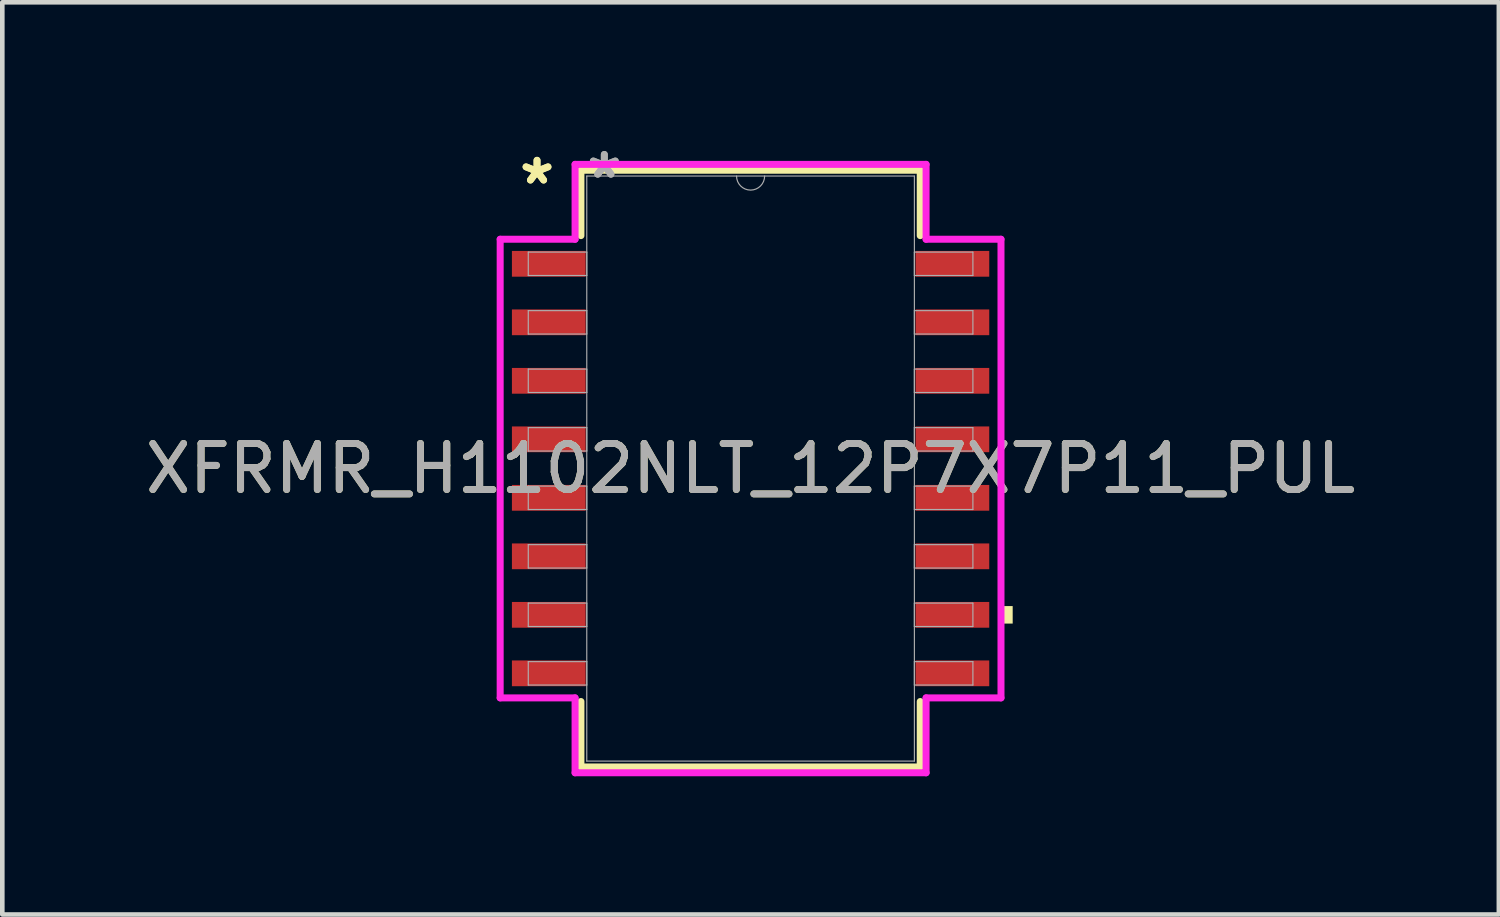
<source format=kicad_pcb>
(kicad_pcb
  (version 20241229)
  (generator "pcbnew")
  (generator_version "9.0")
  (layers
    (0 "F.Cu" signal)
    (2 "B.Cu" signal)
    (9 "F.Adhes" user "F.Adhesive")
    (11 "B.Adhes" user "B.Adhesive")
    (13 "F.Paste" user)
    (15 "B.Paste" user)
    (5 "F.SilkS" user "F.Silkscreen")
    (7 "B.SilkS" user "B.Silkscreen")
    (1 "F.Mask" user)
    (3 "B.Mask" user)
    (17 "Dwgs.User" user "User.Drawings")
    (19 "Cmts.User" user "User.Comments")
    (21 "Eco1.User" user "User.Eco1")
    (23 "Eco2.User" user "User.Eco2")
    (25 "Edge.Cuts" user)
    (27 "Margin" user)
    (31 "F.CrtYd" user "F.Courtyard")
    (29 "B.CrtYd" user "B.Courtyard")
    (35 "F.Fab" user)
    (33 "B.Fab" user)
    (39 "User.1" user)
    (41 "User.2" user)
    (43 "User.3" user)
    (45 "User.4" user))
  (footprint "XFRMR_H1102NLT_12P7X7P11_PUL"
    (layer "F.Cu")
    (at 13.244 7.122)
    (property "Reference" "XFRMR_H1102NLT_12P7X7P11_PUL" (at 0 0 0) (unlocked yes) (layer "F.SilkS") (effects (font (size 1 1) (thickness 0.15))))
    (attr smd)
    (fp_line (start -3.683 -6.477) (end -3.683 -5.057) (stroke (width 0.152) (type solid)) (layer "F.SilkS"))
    (fp_line (start -3.683 5.057) (end -3.683 6.477) (stroke (width 0.152) (type solid)) (layer "F.SilkS"))
    (fp_line (start -3.683 6.477) (end 3.683 6.477) (stroke (width 0.152) (type solid)) (layer "F.SilkS"))
    (fp_line (start 3.683 -6.477) (end -3.683 -6.477) (stroke (width 0.152) (type solid)) (layer "F.SilkS"))
    (fp_line (start 3.683 -5.057) (end 3.683 -6.477) (stroke (width 0.152) (type solid)) (layer "F.SilkS"))
    (fp_line (start 3.683 6.477) (end 3.683 5.057) (stroke (width 0.152) (type solid)) (layer "F.SilkS"))
    (fp_poly (pts (xy 5.69 2.985) (xy 5.69 3.365) (xy 5.436 3.365) (xy 5.436 2.985)) (stroke (width 0) (type solid)) (fill yes) (layer "F.SilkS"))
    (fp_line (start -5.436 -4.978) (end -3.81 -4.978) (stroke (width 0.152) (type solid)) (layer "F.CrtYd"))
    (fp_line (start -5.436 4.978) (end -5.436 -4.978) (stroke (width 0.152) (type solid)) (layer "F.CrtYd"))
    (fp_line (start -5.436 4.978) (end -3.81 4.978) (stroke (width 0.152) (type solid)) (layer "F.CrtYd"))
    (fp_line (start -3.81 -6.604) (end 3.81 -6.604) (stroke (width 0.152) (type solid)) (layer "F.CrtYd"))
    (fp_line (start -3.81 -4.978) (end -3.81 -6.604) (stroke (width 0.152) (type solid)) (layer "F.CrtYd"))
    (fp_line (start -3.81 6.604) (end -3.81 4.978) (stroke (width 0.152) (type solid)) (layer "F.CrtYd"))
    (fp_line (start 3.81 -6.604) (end 3.81 -4.978) (stroke (width 0.152) (type solid)) (layer "F.CrtYd"))
    (fp_line (start 3.81 4.978) (end 3.81 6.604) (stroke (width 0.152) (type solid)) (layer "F.CrtYd"))
    (fp_line (start 3.81 6.604) (end -3.81 6.604) (stroke (width 0.152) (type solid)) (layer "F.CrtYd"))
    (fp_line (start 5.436 -4.978) (end 3.81 -4.978) (stroke (width 0.152) (type solid)) (layer "F.CrtYd"))
    (fp_line (start 5.436 -4.978) (end 5.436 4.978) (stroke (width 0.152) (type solid)) (layer "F.CrtYd"))
    (fp_line (start 5.436 4.978) (end 3.81 4.978) (stroke (width 0.152) (type solid)) (layer "F.CrtYd"))
    (fp_line (start -4.826 -4.699) (end -4.826 -4.191) (stroke (width 0.025) (type solid)) (layer "F.Fab"))
    (fp_line (start -4.826 -4.191) (end -3.556 -4.191) (stroke (width 0.025) (type solid)) (layer "F.Fab"))
    (fp_line (start -4.826 -3.429) (end -4.826 -2.921) (stroke (width 0.025) (type solid)) (layer "F.Fab"))
    (fp_line (start -4.826 -2.921) (end -3.556 -2.921) (stroke (width 0.025) (type solid)) (layer "F.Fab"))
    (fp_line (start -4.826 -2.159) (end -4.826 -1.651) (stroke (width 0.025) (type solid)) (layer "F.Fab"))
    (fp_line (start -4.826 -1.651) (end -3.556 -1.651) (stroke (width 0.025) (type solid)) (layer "F.Fab"))
    (fp_line (start -4.826 -0.889) (end -4.826 -0.381) (stroke (width 0.025) (type solid)) (layer "F.Fab"))
    (fp_line (start -4.826 -0.381) (end -3.556 -0.381) (stroke (width 0.025) (type solid)) (layer "F.Fab"))
    (fp_line (start -4.826 0.381) (end -4.826 0.889) (stroke (width 0.025) (type solid)) (layer "F.Fab"))
    (fp_line (start -4.826 0.889) (end -3.556 0.889) (stroke (width 0.025) (type solid)) (layer "F.Fab"))
    (fp_line (start -4.826 1.651) (end -4.826 2.159) (stroke (width 0.025) (type solid)) (layer "F.Fab"))
    (fp_line (start -4.826 2.159) (end -3.556 2.159) (stroke (width 0.025) (type solid)) (layer "F.Fab"))
    (fp_line (start -4.826 2.921) (end -4.826 3.429) (stroke (width 0.025) (type solid)) (layer "F.Fab"))
    (fp_line (start -4.826 3.429) (end -3.556 3.429) (stroke (width 0.025) (type solid)) (layer "F.Fab"))
    (fp_line (start -4.826 4.191) (end -4.826 4.699) (stroke (width 0.025) (type solid)) (layer "F.Fab"))
    (fp_line (start -4.826 4.699) (end -3.556 4.699) (stroke (width 0.025) (type solid)) (layer "F.Fab"))
    (fp_line (start -3.556 -6.35) (end -3.556 6.35) (stroke (width 0.025) (type solid)) (layer "F.Fab"))
    (fp_line (start -3.556 -4.699) (end -4.826 -4.699) (stroke (width 0.025) (type solid)) (layer "F.Fab"))
    (fp_line (start -3.556 -4.191) (end -3.556 -4.699) (stroke (width 0.025) (type solid)) (layer "F.Fab"))
    (fp_line (start -3.556 -3.429) (end -4.826 -3.429) (stroke (width 0.025) (type solid)) (layer "F.Fab"))
    (fp_line (start -3.556 -2.921) (end -3.556 -3.429) (stroke (width 0.025) (type solid)) (layer "F.Fab"))
    (fp_line (start -3.556 -2.159) (end -4.826 -2.159) (stroke (width 0.025) (type solid)) (layer "F.Fab"))
    (fp_line (start -3.556 -1.651) (end -3.556 -2.159) (stroke (width 0.025) (type solid)) (layer "F.Fab"))
    (fp_line (start -3.556 -0.889) (end -4.826 -0.889) (stroke (width 0.025) (type solid)) (layer "F.Fab"))
    (fp_line (start -3.556 -0.381) (end -3.556 -0.889) (stroke (width 0.025) (type solid)) (layer "F.Fab"))
    (fp_line (start -3.556 0.381) (end -4.826 0.381) (stroke (width 0.025) (type solid)) (layer "F.Fab"))
    (fp_line (start -3.556 0.889) (end -3.556 0.381) (stroke (width 0.025) (type solid)) (layer "F.Fab"))
    (fp_line (start -3.556 1.651) (end -4.826 1.651) (stroke (width 0.025) (type solid)) (layer "F.Fab"))
    (fp_line (start -3.556 2.159) (end -3.556 1.651) (stroke (width 0.025) (type solid)) (layer "F.Fab"))
    (fp_line (start -3.556 2.921) (end -4.826 2.921) (stroke (width 0.025) (type solid)) (layer "F.Fab"))
    (fp_line (start -3.556 3.429) (end -3.556 2.921) (stroke (width 0.025) (type solid)) (layer "F.Fab"))
    (fp_line (start -3.556 4.191) (end -4.826 4.191) (stroke (width 0.025) (type solid)) (layer "F.Fab"))
    (fp_line (start -3.556 4.699) (end -3.556 4.191) (stroke (width 0.025) (type solid)) (layer "F.Fab"))
    (fp_line (start -3.556 6.35) (end 3.556 6.35) (stroke (width 0.025) (type solid)) (layer "F.Fab"))
    (fp_line (start 3.556 -6.35) (end -3.556 -6.35) (stroke (width 0.025) (type solid)) (layer "F.Fab"))
    (fp_line (start 3.556 -4.699) (end 3.556 -4.191) (stroke (width 0.025) (type solid)) (layer "F.Fab"))
    (fp_line (start 3.556 -4.191) (end 4.826 -4.191) (stroke (width 0.025) (type solid)) (layer "F.Fab"))
    (fp_line (start 3.556 -3.429) (end 3.556 -2.921) (stroke (width 0.025) (type solid)) (layer "F.Fab"))
    (fp_line (start 3.556 -2.921) (end 4.826 -2.921) (stroke (width 0.025) (type solid)) (layer "F.Fab"))
    (fp_line (start 3.556 -2.159) (end 3.556 -1.651) (stroke (width 0.025) (type solid)) (layer "F.Fab"))
    (fp_line (start 3.556 -1.651) (end 4.826 -1.651) (stroke (width 0.025) (type solid)) (layer "F.Fab"))
    (fp_line (start 3.556 -0.889) (end 3.556 -0.381) (stroke (width 0.025) (type solid)) (layer "F.Fab"))
    (fp_line (start 3.556 -0.381) (end 4.826 -0.381) (stroke (width 0.025) (type solid)) (layer "F.Fab"))
    (fp_line (start 3.556 0.381) (end 3.556 0.889) (stroke (width 0.025) (type solid)) (layer "F.Fab"))
    (fp_line (start 3.556 0.889) (end 4.826 0.889) (stroke (width 0.025) (type solid)) (layer "F.Fab"))
    (fp_line (start 3.556 1.651) (end 3.556 2.159) (stroke (width 0.025) (type solid)) (layer "F.Fab"))
    (fp_line (start 3.556 2.159) (end 4.826 2.159) (stroke (width 0.025) (type solid)) (layer "F.Fab"))
    (fp_line (start 3.556 2.921) (end 3.556 3.429) (stroke (width 0.025) (type solid)) (layer "F.Fab"))
    (fp_line (start 3.556 3.429) (end 4.826 3.429) (stroke (width 0.025) (type solid)) (layer "F.Fab"))
    (fp_line (start 3.556 4.191) (end 3.556 4.699) (stroke (width 0.025) (type solid)) (layer "F.Fab"))
    (fp_line (start 3.556 4.699) (end 4.826 4.699) (stroke (width 0.025) (type solid)) (layer "F.Fab"))
    (fp_line (start 3.556 6.35) (end 3.556 -6.35) (stroke (width 0.025) (type solid)) (layer "F.Fab"))
    (fp_line (start 4.826 -4.699) (end 3.556 -4.699) (stroke (width 0.025) (type solid)) (layer "F.Fab"))
    (fp_line (start 4.826 -4.191) (end 4.826 -4.699) (stroke (width 0.025) (type solid)) (layer "F.Fab"))
    (fp_line (start 4.826 -3.429) (end 3.556 -3.429) (stroke (width 0.025) (type solid)) (layer "F.Fab"))
    (fp_line (start 4.826 -2.921) (end 4.826 -3.429) (stroke (width 0.025) (type solid)) (layer "F.Fab"))
    (fp_line (start 4.826 -2.159) (end 3.556 -2.159) (stroke (width 0.025) (type solid)) (layer "F.Fab"))
    (fp_line (start 4.826 -1.651) (end 4.826 -2.159) (stroke (width 0.025) (type solid)) (layer "F.Fab"))
    (fp_line (start 4.826 -0.889) (end 3.556 -0.889) (stroke (width 0.025) (type solid)) (layer "F.Fab"))
    (fp_line (start 4.826 -0.381) (end 4.826 -0.889) (stroke (width 0.025) (type solid)) (layer "F.Fab"))
    (fp_line (start 4.826 0.381) (end 3.556 0.381) (stroke (width 0.025) (type solid)) (layer "F.Fab"))
    (fp_line (start 4.826 0.889) (end 4.826 0.381) (stroke (width 0.025) (type solid)) (layer "F.Fab"))
    (fp_line (start 4.826 1.651) (end 3.556 1.651) (stroke (width 0.025) (type solid)) (layer "F.Fab"))
    (fp_line (start 4.826 2.159) (end 4.826 1.651) (stroke (width 0.025) (type solid)) (layer "F.Fab"))
    (fp_line (start 4.826 2.921) (end 3.556 2.921) (stroke (width 0.025) (type solid)) (layer "F.Fab"))
    (fp_line (start 4.826 3.429) (end 4.826 2.921) (stroke (width 0.025) (type solid)) (layer "F.Fab"))
    (fp_line (start 4.826 4.191) (end 3.556 4.191) (stroke (width 0.025) (type solid)) (layer "F.Fab"))
    (fp_line (start 4.826 4.699) (end 4.826 4.191) (stroke (width 0.025) (type solid)) (layer "F.Fab"))
    (fp_arc (start 0.3048 -6.35) (mid 0 -6.0452) (end -0.3048 -6.35) (stroke (width 0.0254) (type solid)) (layer "F.Fab"))
    (fp_text user "*" (at -4.636 -6.147 0) (unlocked yes) (layer "F.SilkS") (effects (font (size 1 1) (thickness 0.15))))
    (fp_text user "*" (at -4.636 -6.147 0) (layer "F.SilkS") (effects (font (size 1 1) (thickness 0.15))))
    (fp_text user "*" (at -3.175 -6.274 0) (layer "F.Fab") (effects (font (size 1 1) (thickness 0.15))))
    (fp_text user "${REFERENCE}" (at 0 0 0) (unlocked yes) (layer "F.Fab") (effects (font (size 1 1) (thickness 0.15))))
    (fp_text user "*" (at -3.175 -6.274 0) (unlocked yes) (layer "F.Fab") (effects (font (size 1 1) (thickness 0.15))))
    (pad "1" smd rect (at -4.381 -4.445) (size 1.6 0.559) (layers "F.Cu" "F.Mask" "F.Paste"))
    (pad "2" smd rect (at -4.381 -3.175) (size 1.6 0.559) (layers "F.Cu" "F.Mask" "F.Paste"))
    (pad "3" smd rect (at -4.381 -1.905) (size 1.6 0.559) (layers "F.Cu" "F.Mask" "F.Paste"))
    (pad "4" smd rect (at -4.381 -0.635) (size 1.6 0.559) (layers "F.Cu" "F.Mask" "F.Paste"))
    (pad "5" smd rect (at -4.381 0.635) (size 1.6 0.559) (layers "F.Cu" "F.Mask" "F.Paste"))
    (pad "6" smd rect (at -4.381 1.905) (size 1.6 0.559) (layers "F.Cu" "F.Mask" "F.Paste"))
    (pad "7" smd rect (at -4.381 3.175) (size 1.6 0.559) (layers "F.Cu" "F.Mask" "F.Paste"))
    (pad "8" smd rect (at -4.381 4.445) (size 1.6 0.559) (layers "F.Cu" "F.Mask" "F.Paste"))
    (pad "9" smd rect (at 4.381 4.445) (size 1.6 0.559) (layers "F.Cu" "F.Mask" "F.Paste"))
    (pad "10" smd rect (at 4.381 3.175) (size 1.6 0.559) (layers "F.Cu" "F.Mask" "F.Paste"))
    (pad "11" smd rect (at 4.381 1.905) (size 1.6 0.559) (layers "F.Cu" "F.Mask" "F.Paste"))
    (pad "12" smd rect (at 4.381 0.635) (size 1.6 0.559) (layers "F.Cu" "F.Mask" "F.Paste"))
    (pad "13" smd rect (at 4.381 -0.635) (size 1.6 0.559) (layers "F.Cu" "F.Mask" "F.Paste"))
    (pad "14" smd rect (at 4.381 -1.905) (size 1.6 0.559) (layers "F.Cu" "F.Mask" "F.Paste"))
    (pad "15" smd rect (at 4.381 -3.175) (size 1.6 0.559) (layers "F.Cu" "F.Mask" "F.Paste"))
    (pad "16" smd rect (at 4.381 -4.445) (size 1.6 0.559) (layers "F.Cu" "F.Mask" "F.Paste")))
  (gr_rect
    (start -3 -3)
    (end 29.488 16.802)
    (stroke (width 0.1) (type default))
    (fill no)
    (layer "Edge.Cuts")))
</source>
